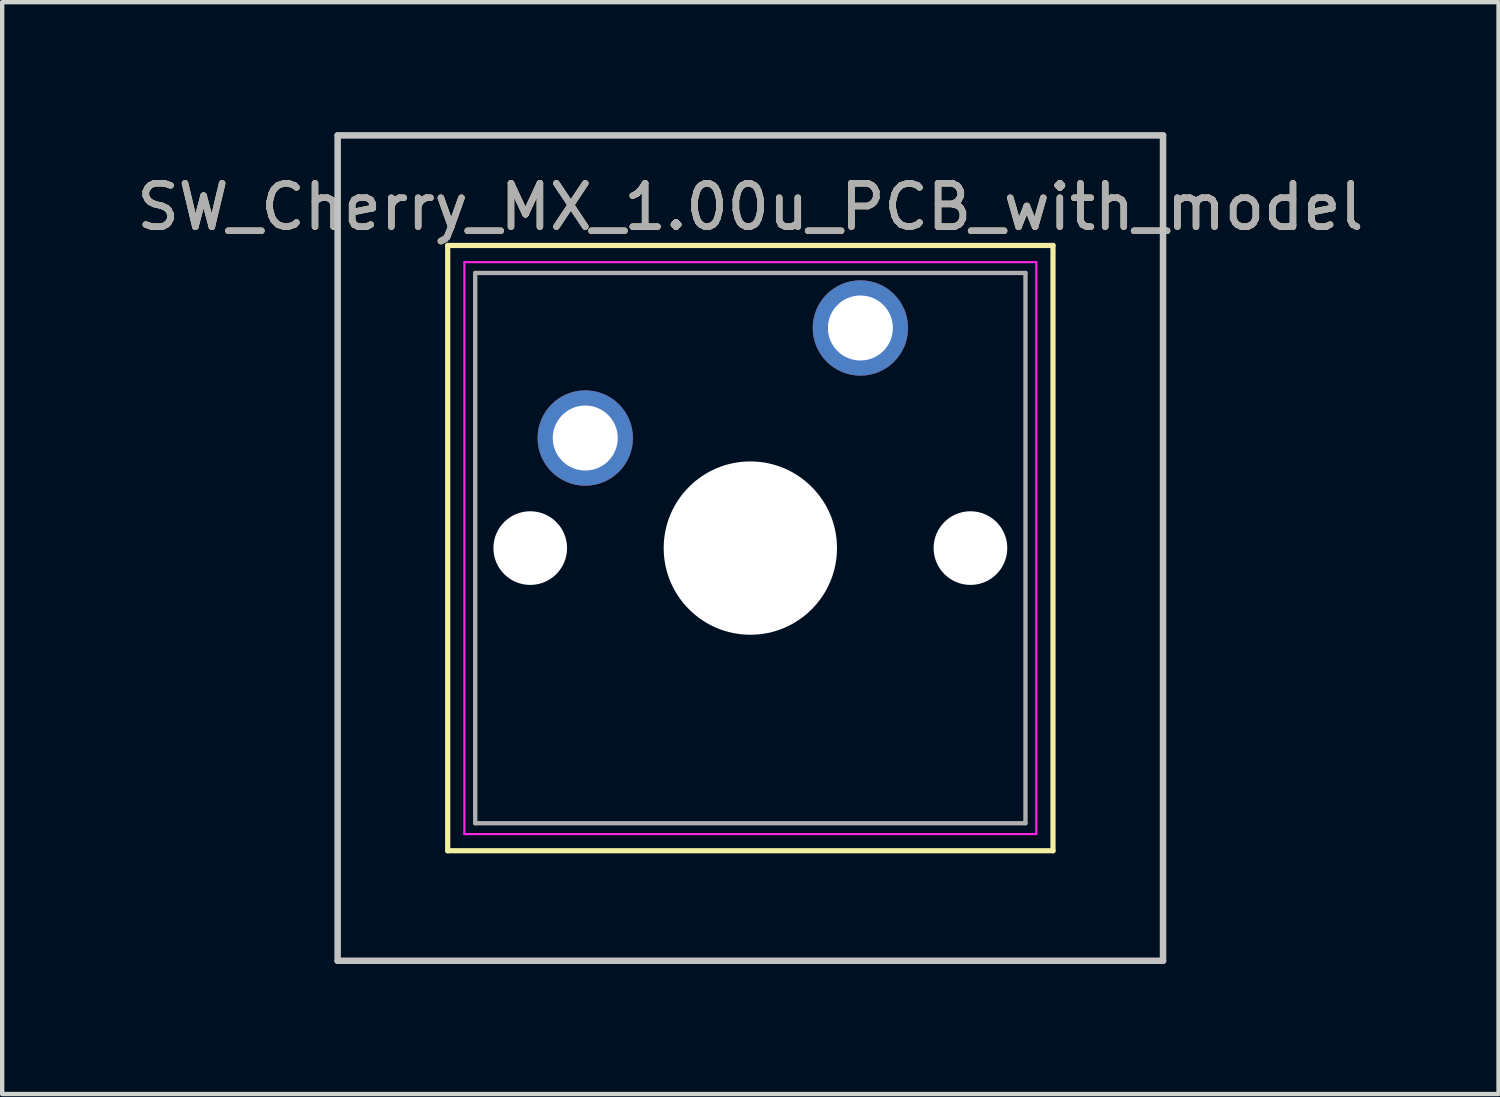
<source format=kicad_pcb>
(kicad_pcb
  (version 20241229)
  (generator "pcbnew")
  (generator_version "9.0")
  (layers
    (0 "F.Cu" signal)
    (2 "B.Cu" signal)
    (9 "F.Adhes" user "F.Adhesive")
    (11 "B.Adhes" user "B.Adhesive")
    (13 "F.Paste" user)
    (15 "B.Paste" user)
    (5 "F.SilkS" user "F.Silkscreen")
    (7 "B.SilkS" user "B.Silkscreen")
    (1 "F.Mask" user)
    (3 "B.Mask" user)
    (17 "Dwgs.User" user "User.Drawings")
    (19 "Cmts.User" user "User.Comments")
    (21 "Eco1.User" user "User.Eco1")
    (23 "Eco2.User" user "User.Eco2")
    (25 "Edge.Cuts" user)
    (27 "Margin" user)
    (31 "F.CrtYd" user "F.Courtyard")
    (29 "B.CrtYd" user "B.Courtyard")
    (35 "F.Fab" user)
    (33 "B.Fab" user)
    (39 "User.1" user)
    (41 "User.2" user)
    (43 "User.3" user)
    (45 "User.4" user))
  (footprint "SW_Cherry_MX_1.00u_PCB_with_model"
    (layer "F.Cu")
    (at 16.808 4.52)
    (property "Reference" "SW_Cherry_MX_1.00u_PCB_with_model" (at -2.54 -2.794 0) (layer "F.SilkS") (effects (font (size 1 1) (thickness 0.15))))
    (attr through_hole)
    (fp_line (start -9.525 -1.905) (end 4.445 -1.905) (stroke (width 0.12) (type solid)) (layer "F.SilkS"))
    (fp_line (start -9.525 12.065) (end -9.525 -1.905) (stroke (width 0.12) (type solid)) (layer "F.SilkS"))
    (fp_line (start 4.445 -1.905) (end 4.445 12.065) (stroke (width 0.12) (type solid)) (layer "F.SilkS"))
    (fp_line (start 4.445 12.065) (end -9.525 12.065) (stroke (width 0.12) (type solid)) (layer "F.SilkS"))
    (fp_line (start -12.065 -4.445) (end 6.985 -4.445) (stroke (width 0.15) (type solid)) (layer "Dwgs.User"))
    (fp_line (start -12.065 14.605) (end -12.065 -4.445) (stroke (width 0.15) (type solid)) (layer "Dwgs.User"))
    (fp_line (start 6.985 -4.445) (end 6.985 14.605) (stroke (width 0.15) (type solid)) (layer "Dwgs.User"))
    (fp_line (start 6.985 14.605) (end -12.065 14.605) (stroke (width 0.15) (type solid)) (layer "Dwgs.User"))
    (fp_line (start -9.14 -1.52) (end 4.06 -1.52) (stroke (width 0.05) (type solid)) (layer "F.CrtYd"))
    (fp_line (start -9.14 11.68) (end -9.14 -1.52) (stroke (width 0.05) (type solid)) (layer "F.CrtYd"))
    (fp_line (start 4.06 -1.52) (end 4.06 11.68) (stroke (width 0.05) (type solid)) (layer "F.CrtYd"))
    (fp_line (start 4.06 11.68) (end -9.14 11.68) (stroke (width 0.05) (type solid)) (layer "F.CrtYd"))
    (fp_line (start -8.89 -1.27) (end 3.81 -1.27) (stroke (width 0.1) (type solid)) (layer "F.Fab"))
    (fp_line (start -8.89 11.43) (end -8.89 -1.27) (stroke (width 0.1) (type solid)) (layer "F.Fab"))
    (fp_line (start 3.81 -1.27) (end 3.81 11.43) (stroke (width 0.1) (type solid)) (layer "F.Fab"))
    (fp_line (start 3.81 11.43) (end -8.89 11.43) (stroke (width 0.1) (type solid)) (layer "F.Fab"))
    (fp_text user "${REFERENCE}" (at -2.54 -2.794 0) (layer "F.Fab") (effects (font (size 1 1) (thickness 0.15))))
    (pad "" np_thru_hole circle (at -7.62 5.08) (size 1.7 1.7) (drill 1.7) (layers "*.Cu" "*.Mask"))
    (pad "" np_thru_hole circle (at -2.54 5.08) (size 4 4) (drill 4) (layers "*.Cu" "*.Mask"))
    (pad "" np_thru_hole circle (at 2.54 5.08) (size 1.7 1.7) (drill 1.7) (layers "*.Cu" "*.Mask"))
    (pad "1" thru_hole circle (at 0 0) (size 2.2 2.2) (drill 1.5) (layers "*.Cu" "*.Mask"))
    (pad "2" thru_hole circle (at -6.35 2.54) (size 2.2 2.2) (drill 1.5) (layers "*.Cu" "*.Mask")))
  (gr_rect
    (start -3 -3)
    (end 31.536 22.2)
    (stroke (width 0.1) (type default))
    (fill no)
    (layer "Edge.Cuts")))
</source>
